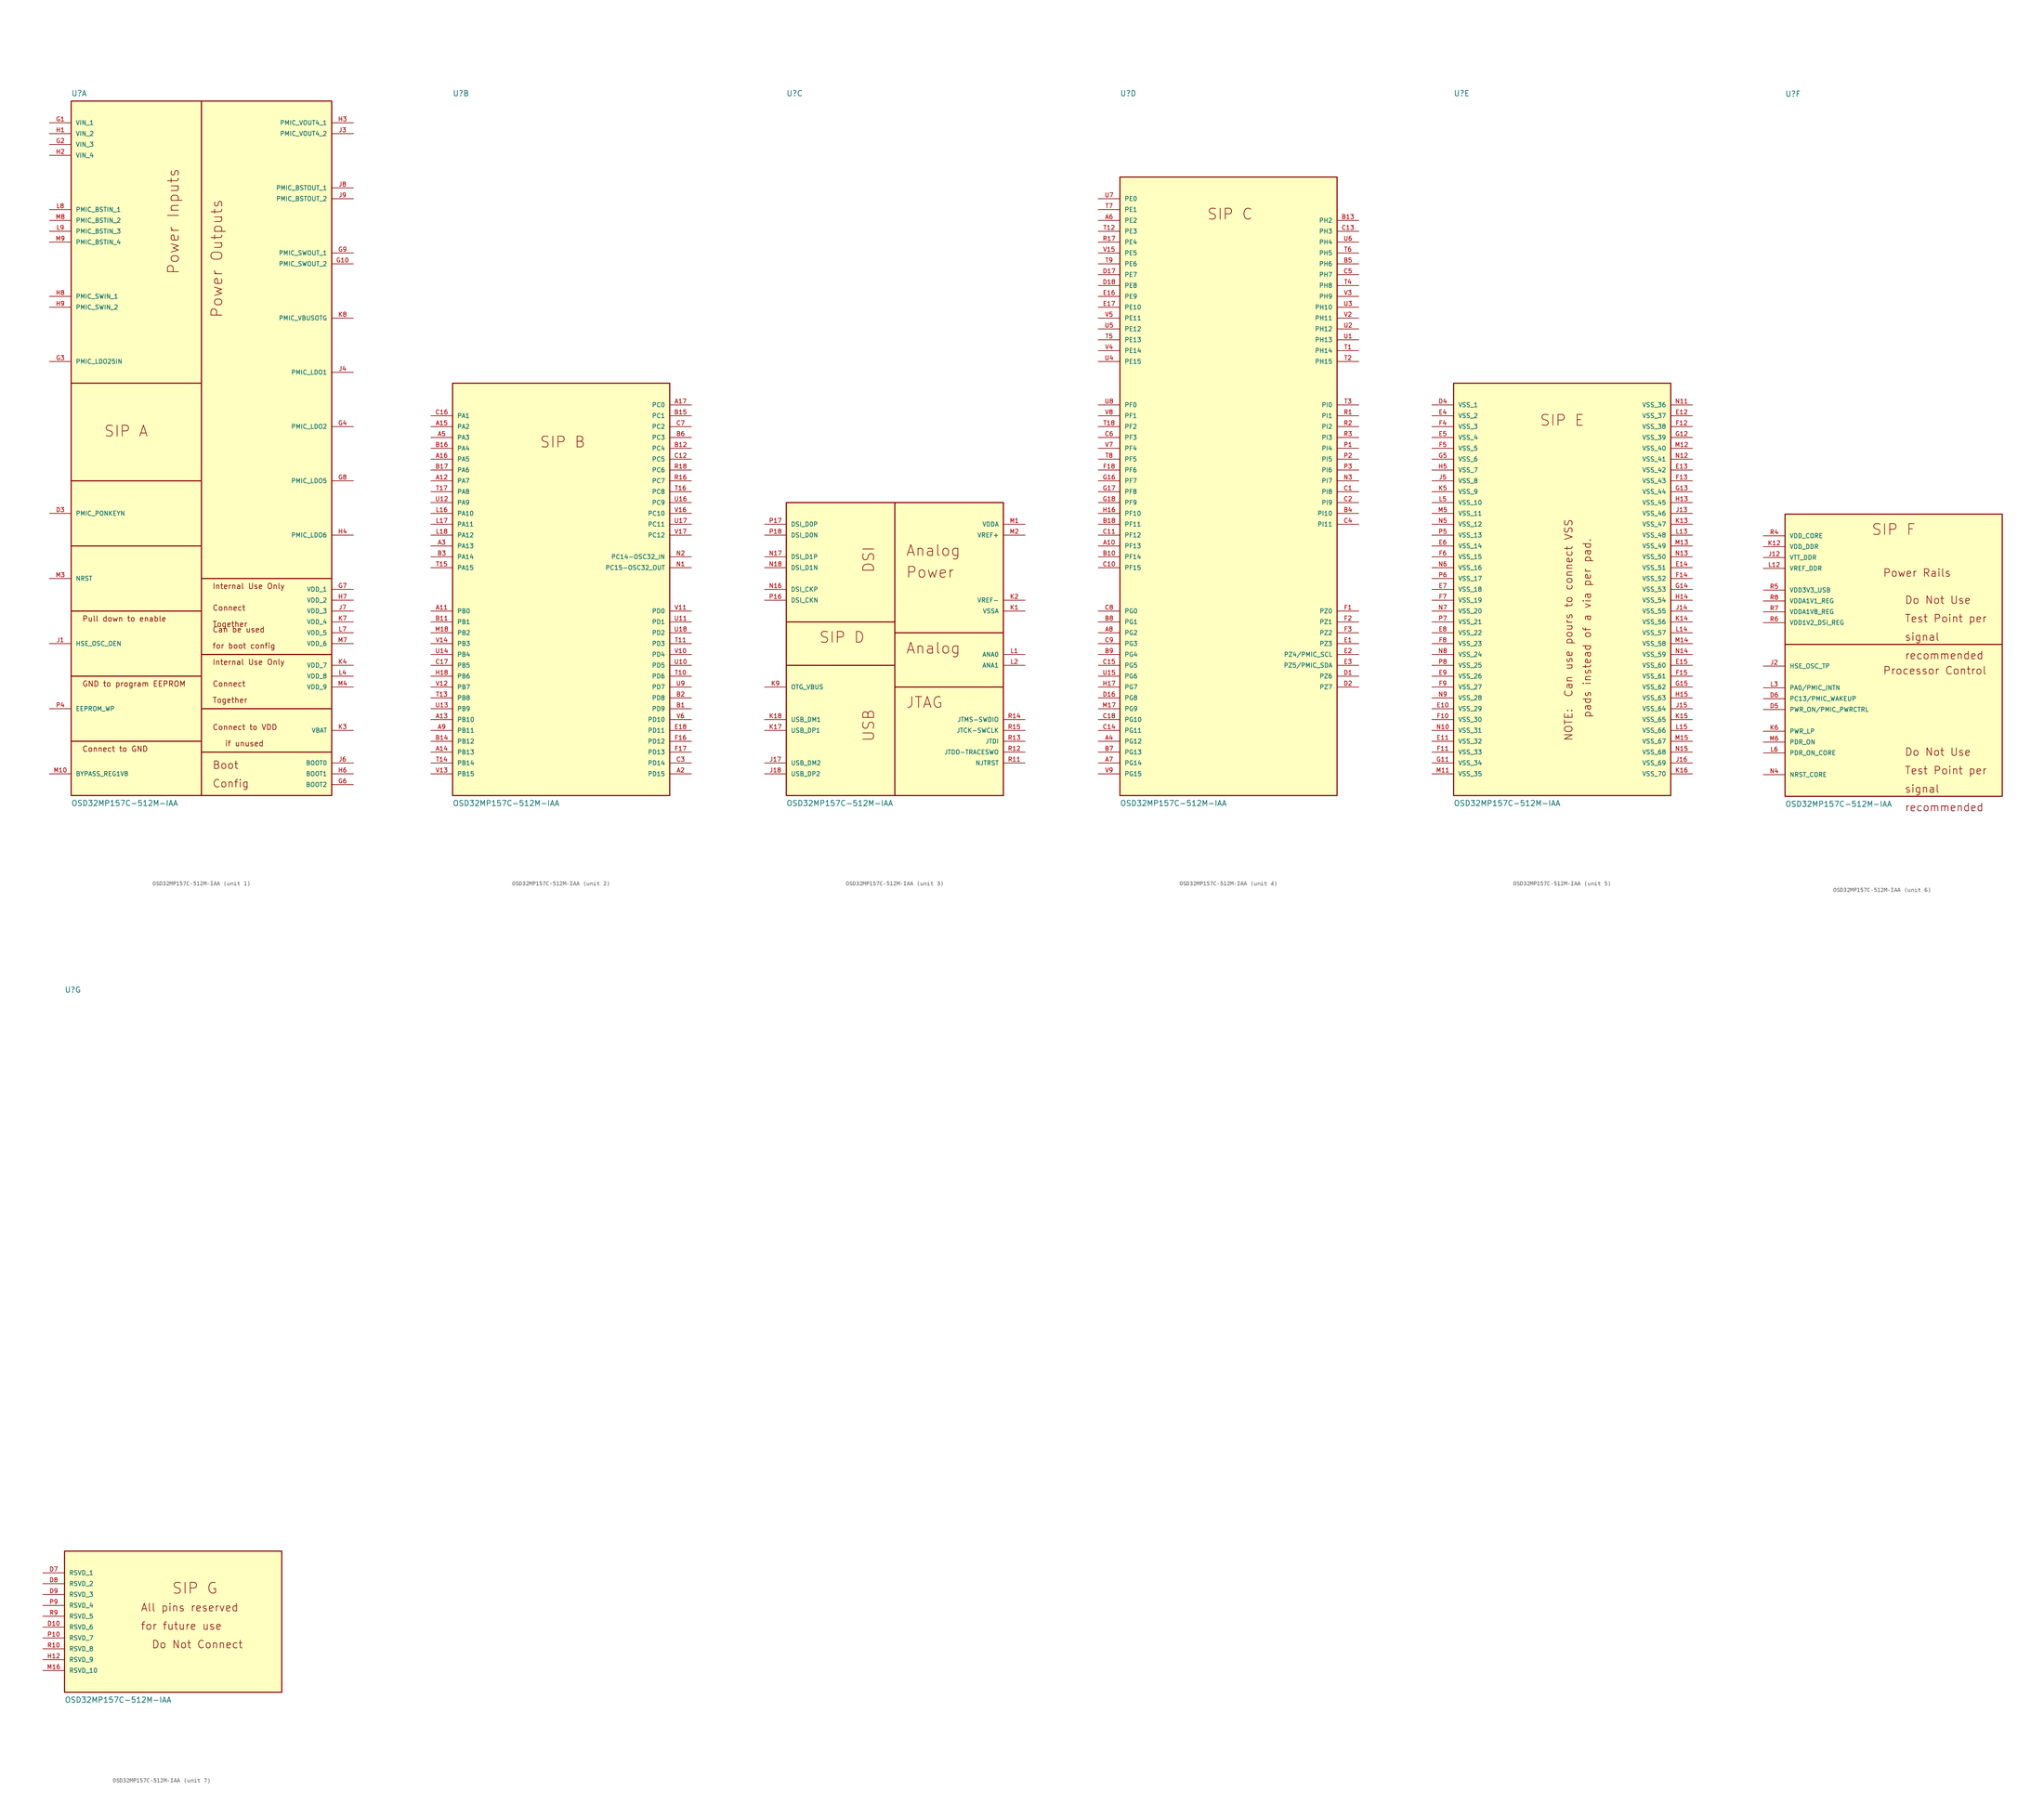
<source format=kicad_sym>
(kicad_symbol_lib
  (version 20211014)
  (generator kicad_symbol_editor)
  (symbol "OSD32MP157C-512M-IAA"
    (pin_names
      (offset 1.016))
    (property "Reference" "U"
      (at 0.0 165.1 0)
      (effects (font (size 1.27 1.27)) (justify top left)))
    (property "Value" "OSD32MP157C-512M-IAA"
      (at 0.0 -2.54 0)
      (effects (font (size 1.27 1.27)) (justify bottom left)))
    (symbol "OSD32MP157C-512M-IAA_1_0"
      (text "SIP A" (at 7.62 83.82 0) (effects (font (size 2.54 2.54)) (justify bottom left)))
      (polyline (pts (xy 30.48 162.56) (xy 30.48 96.52)) (stroke (width 0.254)))
      (polyline (pts (xy 30.48 96.52) (xy 30.48 73.66)) (stroke (width 0.254)))
      (polyline (pts (xy 30.48 73.66) (xy 30.48 58.42)) (stroke (width 0.254)))
      (polyline (pts (xy 30.48 58.42) (xy 30.48 50.8)) (stroke (width 0.254)))
      (polyline (pts (xy 30.48 50.8) (xy 30.48 43.18)) (stroke (width 0.254)))
      (polyline (pts (xy 30.48 43.18) (xy 30.48 33.02)) (stroke (width 0.254)))
      (polyline (pts (xy 30.48 33.02) (xy 30.48 27.94)) (stroke (width 0.254)))
      (polyline (pts (xy 30.48 20.32) (xy 30.48 27.94)) (stroke (width 0.254)))
      (polyline (pts (xy 30.48 20.32) (xy 30.48 12.7)) (stroke (width 0.254)))
      (polyline (pts (xy 30.48 10.16) (xy 30.48 12.7)) (stroke (width 0.254)))
      (polyline (pts (xy 30.48 10.16) (xy 30.48 0.0)) (stroke (width 0.254)))
      (polyline (pts (xy 30.48 58.42) (xy 0.0 58.42)) (stroke (width 0.254)))
      (polyline (pts (xy 30.48 12.7) (xy 0.0 12.7)) (stroke (width 0.254)))
      (text "GND to program EEPROM" (at 2.54 25.4 0) (effects (font (size 1.27 1.27)) (justify bottom left)))
      (polyline (pts (xy 30.48 27.94) (xy 0.0 27.94)) (stroke (width 0.254)))
      (text "Connect to VDD" (at 33.02 15.24 0) (effects (font (size 1.27 1.27)) (justify bottom left)))
      (text "   if unused" (at 33.02 11.43 0) (effects (font (size 1.27 1.27)) (justify bottom left)))
      (polyline (pts (xy 30.48 43.18) (xy 0.0 43.18)) (stroke (width 0.254)))
      (text "Connect" (at 33.02 43.18 0) (effects (font (size 1.27 1.27)) (justify bottom left)))
      (text "Together" (at 33.02 39.37 0) (effects (font (size 1.27 1.27)) (justify bottom left)))
      (text "Boot " (at 33.02 6.096 0) (effects (font (size 1.778 1.778)) (justify bottom left)))
      (text "Config" (at 33.02 1.778 0) (effects (font (size 1.778 1.778)) (justify bottom left)))
      (text "Connect to GND" (at 2.54 10.16 0) (effects (font (size 1.27 1.27)) (justify bottom left)))
      (polyline (pts (xy 0.0 96.52) (xy 30.48 96.52)) (stroke (width 0.254)))
      (text "Power Outputs" (at 35.56 111.76 900) (effects (font (size 2.54 2.54)) (justify bottom left)))
      (polyline (pts (xy 60.96 10.16) (xy 30.48 10.16)) (stroke (width 0.254)))
      (polyline (pts (xy 30.48 20.32) (xy 60.96 20.32)) (stroke (width 0.254)))
      (text "Connect" (at 33.02 25.4 0) (effects (font (size 1.27 1.27)) (justify bottom left)))
      (text "Together" (at 33.02 21.59 0) (effects (font (size 1.27 1.27)) (justify bottom left)))
      (polyline (pts (xy 30.48 73.66) (xy 0.0 73.66)) (stroke (width 0.254)))
      (text "Power Inputs" (at 25.4 121.92 900) (effects (font (size 2.54 2.54)) (justify bottom left)))
      (text "Can be used" (at 33.02 38.1 0) (effects (font (size 1.27 1.27)) (justify bottom left)))
      (text "for boot config" (at 33.02 34.29 0) (effects (font (size 1.27 1.27)) (justify bottom left)))
      (text "Internal Use Only" (at 33.02 48.26 0) (effects (font (size 1.27 1.27)) (justify bottom left)))
      (text "Internal Use Only" (at 33.02 30.48 0) (effects (font (size 1.27 1.27)) (justify bottom left)))
      (text "Pull down to enable" (at 2.54 40.64 0) (effects (font (size 1.27 1.27)) (justify bottom left)))
      (polyline (pts (xy 30.48 33.02) (xy 60.96 33.02)) (stroke (width 0.254)))
      (polyline (pts (xy 30.48 50.8) (xy 60.96 50.8)) (stroke (width 0.254)))
      (rectangle (start 0.0 1.42108547152e-14) (end 60.96 162.56) (stroke (width 0.254)) (fill (type background)))
      (pin bidirectional line (at -5.08 157.48 0) (length 5.08) (name "VIN_1" (effects (font (size 1.016 1.016)))) (number "G1" (effects (font (size 1.016 1.016)))))
      (pin bidirectional line (at -5.08 154.94 0) (length 5.08) (name "VIN_2" (effects (font (size 1.016 1.016)))) (number "H1" (effects (font (size 1.016 1.016)))))
      (pin bidirectional line (at -5.08 152.4 0) (length 5.08) (name "VIN_3" (effects (font (size 1.016 1.016)))) (number "G2" (effects (font (size 1.016 1.016)))))
      (pin bidirectional line (at -5.08 149.86 0) (length 5.08) (name "VIN_4" (effects (font (size 1.016 1.016)))) (number "H2" (effects (font (size 1.016 1.016)))))
      (pin bidirectional line (at 66.04 15.24 180.0) (length 5.08) (name "VBAT" (effects (font (size 1.016 1.016)))) (number "K3" (effects (font (size 1.016 1.016)))))
      (pin bidirectional line (at 66.04 48.26 180.0) (length 5.08) (name "VDD_1" (effects (font (size 1.016 1.016)))) (number "G7" (effects (font (size 1.016 1.016)))))
      (pin bidirectional line (at 66.04 45.72 180.0) (length 5.08) (name "VDD_2" (effects (font (size 1.016 1.016)))) (number "H7" (effects (font (size 1.016 1.016)))))
      (pin bidirectional line (at 66.04 43.18 180.0) (length 5.08) (name "VDD_3" (effects (font (size 1.016 1.016)))) (number "J7" (effects (font (size 1.016 1.016)))))
      (pin bidirectional line (at 66.04 40.64 180.0) (length 5.08) (name "VDD_4" (effects (font (size 1.016 1.016)))) (number "K7" (effects (font (size 1.016 1.016)))))
      (pin bidirectional line (at 66.04 38.1 180.0) (length 5.08) (name "VDD_5" (effects (font (size 1.016 1.016)))) (number "L7" (effects (font (size 1.016 1.016)))))
      (pin bidirectional line (at 66.04 35.56 180.0) (length 5.08) (name "VDD_6" (effects (font (size 1.016 1.016)))) (number "M7" (effects (font (size 1.016 1.016)))))
      (pin bidirectional line (at 66.04 30.48 180.0) (length 5.08) (name "VDD_7" (effects (font (size 1.016 1.016)))) (number "K4" (effects (font (size 1.016 1.016)))))
      (pin bidirectional line (at 66.04 27.94 180.0) (length 5.08) (name "VDD_8" (effects (font (size 1.016 1.016)))) (number "L4" (effects (font (size 1.016 1.016)))))
      (pin bidirectional line (at 66.04 25.4 180.0) (length 5.08) (name "VDD_9" (effects (font (size 1.016 1.016)))) (number "M4" (effects (font (size 1.016 1.016)))))
      (pin bidirectional line (at -5.08 137.16 0) (length 5.08) (name "PMIC_BSTIN_1" (effects (font (size 1.016 1.016)))) (number "L8" (effects (font (size 1.016 1.016)))))
      (pin bidirectional line (at 66.04 139.7 180.0) (length 5.08) (name "PMIC_BSTOUT_2" (effects (font (size 1.016 1.016)))) (number "J9" (effects (font (size 1.016 1.016)))))
      (pin bidirectional line (at -5.08 134.62 0) (length 5.08) (name "PMIC_BSTIN_2" (effects (font (size 1.016 1.016)))) (number "M8" (effects (font (size 1.016 1.016)))))
      (pin bidirectional line (at -5.08 132.08 0) (length 5.08) (name "PMIC_BSTIN_3" (effects (font (size 1.016 1.016)))) (number "L9" (effects (font (size 1.016 1.016)))))
      (pin bidirectional line (at -5.08 129.54 0) (length 5.08) (name "PMIC_BSTIN_4" (effects (font (size 1.016 1.016)))) (number "M9" (effects (font (size 1.016 1.016)))))
      (pin bidirectional line (at -5.08 116.84 0) (length 5.08) (name "PMIC_SWIN_1" (effects (font (size 1.016 1.016)))) (number "H8" (effects (font (size 1.016 1.016)))))
      (pin bidirectional line (at -5.08 114.3 0) (length 5.08) (name "PMIC_SWIN_2" (effects (font (size 1.016 1.016)))) (number "H9" (effects (font (size 1.016 1.016)))))
      (pin bidirectional line (at 66.04 127.0 180.0) (length 5.08) (name "PMIC_SWOUT_1" (effects (font (size 1.016 1.016)))) (number "G9" (effects (font (size 1.016 1.016)))))
      (pin bidirectional line (at 66.04 124.46 180.0) (length 5.08) (name "PMIC_SWOUT_2" (effects (font (size 1.016 1.016)))) (number "G10" (effects (font (size 1.016 1.016)))))
      (pin bidirectional line (at 66.04 157.48 180.0) (length 5.08) (name "PMIC_VOUT4_1" (effects (font (size 1.016 1.016)))) (number "H3" (effects (font (size 1.016 1.016)))))
      (pin bidirectional line (at 66.04 154.94 180.0) (length 5.08) (name "PMIC_VOUT4_2" (effects (font (size 1.016 1.016)))) (number "J3" (effects (font (size 1.016 1.016)))))
      (pin bidirectional line (at -5.08 20.32 0) (length 5.08) (name "EEPROM_WP" (effects (font (size 1.016 1.016)))) (number "P4" (effects (font (size 1.016 1.016)))))
      (pin bidirectional line (at -5.08 66.04 0) (length 5.08) (name "PMIC_PONKEYN" (effects (font (size 1.016 1.016)))) (number "D3" (effects (font (size 1.016 1.016)))))
      (pin bidirectional line (at 66.04 73.66 180.0) (length 5.08) (name "PMIC_LDO5" (effects (font (size 1.016 1.016)))) (number "G8" (effects (font (size 1.016 1.016)))))
      (pin bidirectional line (at -5.08 101.6 0) (length 5.08) (name "PMIC_LDO25IN" (effects (font (size 1.016 1.016)))) (number "G3" (effects (font (size 1.016 1.016)))))
      (pin bidirectional line (at 66.04 86.36 180.0) (length 5.08) (name "PMIC_LDO2" (effects (font (size 1.016 1.016)))) (number "G4" (effects (font (size 1.016 1.016)))))
      (pin bidirectional line (at 66.04 60.96 180.0) (length 5.08) (name "PMIC_LDO6" (effects (font (size 1.016 1.016)))) (number "H4" (effects (font (size 1.016 1.016)))))
      (pin bidirectional line (at 66.04 99.06 180.0) (length 5.08) (name "PMIC_LDO1" (effects (font (size 1.016 1.016)))) (number "J4" (effects (font (size 1.016 1.016)))))
      (pin bidirectional line (at 66.04 142.24 180.0) (length 5.08) (name "PMIC_BSTOUT_1" (effects (font (size 1.016 1.016)))) (number "J8" (effects (font (size 1.016 1.016)))))
      (pin bidirectional line (at 66.04 7.62 180.0) (length 5.08) (name "BOOT0" (effects (font (size 1.016 1.016)))) (number "J6" (effects (font (size 1.016 1.016)))))
      (pin bidirectional line (at 66.04 5.08 180.0) (length 5.08) (name "BOOT1" (effects (font (size 1.016 1.016)))) (number "H6" (effects (font (size 1.016 1.016)))))
      (pin bidirectional line (at 66.04 2.54 180.0) (length 5.08) (name "BOOT2" (effects (font (size 1.016 1.016)))) (number "G6" (effects (font (size 1.016 1.016)))))
      (pin bidirectional line (at -5.08 5.08 0) (length 5.08) (name "BYPASS_REG1V8" (effects (font (size 1.016 1.016)))) (number "M10" (effects (font (size 1.016 1.016)))))
      (pin bidirectional line (at 66.04 111.76 180.0) (length 5.08) (name "PMIC_VBUSOTG" (effects (font (size 1.016 1.016)))) (number "K8" (effects (font (size 1.016 1.016)))))
      (pin bidirectional line (at -5.08 50.8 0) (length 5.08) (name "NRST" (effects (font (size 1.016 1.016)))) (number "M3" (effects (font (size 1.016 1.016)))))
      (pin bidirectional line (at -5.08 35.56 0) (length 5.08) (name "HSE_OSC_OEN" (effects (font (size 1.016 1.016)))) (number "J1" (effects (font (size 1.016 1.016))))))
    (symbol "OSD32MP157C-512M-IAA_2_0"
      (text "SIP B" (at 20.32 81.28 0) (effects (font (size 2.54 2.54)) (justify bottom left)))
      (rectangle (start 0.0 0.0) (end 50.8 96.52) (stroke (width 0.254)) (fill (type background)))
      (pin bidirectional line (at -5.08 88.9 0) (length 5.08) (name "PA1" (effects (font (size 1.016 1.016)))) (number "C16" (effects (font (size 1.016 1.016)))))
      (pin bidirectional line (at -5.08 86.36 0) (length 5.08) (name "PA2" (effects (font (size 1.016 1.016)))) (number "A15" (effects (font (size 1.016 1.016)))))
      (pin bidirectional line (at -5.08 83.82 0) (length 5.08) (name "PA3" (effects (font (size 1.016 1.016)))) (number "A5" (effects (font (size 1.016 1.016)))))
      (pin bidirectional line (at -5.08 81.28 0) (length 5.08) (name "PA4" (effects (font (size 1.016 1.016)))) (number "B16" (effects (font (size 1.016 1.016)))))
      (pin bidirectional line (at -5.08 78.74 0) (length 5.08) (name "PA5" (effects (font (size 1.016 1.016)))) (number "A16" (effects (font (size 1.016 1.016)))))
      (pin bidirectional line (at -5.08 76.2 0) (length 5.08) (name "PA6" (effects (font (size 1.016 1.016)))) (number "B17" (effects (font (size 1.016 1.016)))))
      (pin bidirectional line (at -5.08 73.66 0) (length 5.08) (name "PA7" (effects (font (size 1.016 1.016)))) (number "A12" (effects (font (size 1.016 1.016)))))
      (pin bidirectional line (at -5.08 71.12 0) (length 5.08) (name "PA8" (effects (font (size 1.016 1.016)))) (number "T17" (effects (font (size 1.016 1.016)))))
      (pin bidirectional line (at -5.08 68.58 0) (length 5.08) (name "PA9" (effects (font (size 1.016 1.016)))) (number "U12" (effects (font (size 1.016 1.016)))))
      (pin bidirectional line (at -5.08 66.04 0) (length 5.08) (name "PA10" (effects (font (size 1.016 1.016)))) (number "L16" (effects (font (size 1.016 1.016)))))
      (pin bidirectional line (at -5.08 63.5 0) (length 5.08) (name "PA11" (effects (font (size 1.016 1.016)))) (number "L17" (effects (font (size 1.016 1.016)))))
      (pin bidirectional line (at -5.08 60.96 0) (length 5.08) (name "PA12" (effects (font (size 1.016 1.016)))) (number "L18" (effects (font (size 1.016 1.016)))))
      (pin bidirectional line (at -5.08 58.42 0) (length 5.08) (name "PA13" (effects (font (size 1.016 1.016)))) (number "A3" (effects (font (size 1.016 1.016)))))
      (pin bidirectional line (at -5.08 55.88 0) (length 5.08) (name "PA14" (effects (font (size 1.016 1.016)))) (number "B3" (effects (font (size 1.016 1.016)))))
      (pin bidirectional line (at -5.08 53.34 0) (length 5.08) (name "PA15" (effects (font (size 1.016 1.016)))) (number "T15" (effects (font (size 1.016 1.016)))))
      (pin bidirectional line (at -5.08 43.18 0) (length 5.08) (name "PB0" (effects (font (size 1.016 1.016)))) (number "A11" (effects (font (size 1.016 1.016)))))
      (pin bidirectional line (at -5.08 40.64 0) (length 5.08) (name "PB1" (effects (font (size 1.016 1.016)))) (number "B11" (effects (font (size 1.016 1.016)))))
      (pin bidirectional line (at -5.08 38.1 0) (length 5.08) (name "PB2" (effects (font (size 1.016 1.016)))) (number "M18" (effects (font (size 1.016 1.016)))))
      (pin bidirectional line (at -5.08 35.56 0) (length 5.08) (name "PB3" (effects (font (size 1.016 1.016)))) (number "V14" (effects (font (size 1.016 1.016)))))
      (pin bidirectional line (at -5.08 33.02 0) (length 5.08) (name "PB4" (effects (font (size 1.016 1.016)))) (number "U14" (effects (font (size 1.016 1.016)))))
      (pin bidirectional line (at -5.08 30.48 0) (length 5.08) (name "PB5" (effects (font (size 1.016 1.016)))) (number "C17" (effects (font (size 1.016 1.016)))))
      (pin bidirectional line (at -5.08 27.94 0) (length 5.08) (name "PB6" (effects (font (size 1.016 1.016)))) (number "H18" (effects (font (size 1.016 1.016)))))
      (pin bidirectional line (at -5.08 25.4 0) (length 5.08) (name "PB7" (effects (font (size 1.016 1.016)))) (number "V12" (effects (font (size 1.016 1.016)))))
      (pin bidirectional line (at -5.08 22.86 0) (length 5.08) (name "PB8" (effects (font (size 1.016 1.016)))) (number "T13" (effects (font (size 1.016 1.016)))))
      (pin bidirectional line (at -5.08 20.32 0) (length 5.08) (name "PB9" (effects (font (size 1.016 1.016)))) (number "U13" (effects (font (size 1.016 1.016)))))
      (pin bidirectional line (at -5.08 17.78 0) (length 5.08) (name "PB10" (effects (font (size 1.016 1.016)))) (number "A13" (effects (font (size 1.016 1.016)))))
      (pin bidirectional line (at -5.08 15.24 0) (length 5.08) (name "PB11" (effects (font (size 1.016 1.016)))) (number "A9" (effects (font (size 1.016 1.016)))))
      (pin bidirectional line (at -5.08 12.7 0) (length 5.08) (name "PB12" (effects (font (size 1.016 1.016)))) (number "B14" (effects (font (size 1.016 1.016)))))
      (pin bidirectional line (at -5.08 10.16 0) (length 5.08) (name "PB13" (effects (font (size 1.016 1.016)))) (number "A14" (effects (font (size 1.016 1.016)))))
      (pin bidirectional line (at -5.08 7.62 0) (length 5.08) (name "PB14" (effects (font (size 1.016 1.016)))) (number "T14" (effects (font (size 1.016 1.016)))))
      (pin bidirectional line (at -5.08 5.08 0) (length 5.08) (name "PB15" (effects (font (size 1.016 1.016)))) (number "V13" (effects (font (size 1.016 1.016)))))
      (pin bidirectional line (at 55.88 91.44 180.0) (length 5.08) (name "PC0" (effects (font (size 1.016 1.016)))) (number "A17" (effects (font (size 1.016 1.016)))))
      (pin bidirectional line (at 55.88 88.9 180.0) (length 5.08) (name "PC1" (effects (font (size 1.016 1.016)))) (number "B15" (effects (font (size 1.016 1.016)))))
      (pin bidirectional line (at 55.88 86.36 180.0) (length 5.08) (name "PC2" (effects (font (size 1.016 1.016)))) (number "C7" (effects (font (size 1.016 1.016)))))
      (pin bidirectional line (at 55.88 83.82 180.0) (length 5.08) (name "PC3" (effects (font (size 1.016 1.016)))) (number "B6" (effects (font (size 1.016 1.016)))))
      (pin bidirectional line (at 55.88 81.28 180.0) (length 5.08) (name "PC4" (effects (font (size 1.016 1.016)))) (number "B12" (effects (font (size 1.016 1.016)))))
      (pin bidirectional line (at 55.88 78.74 180.0) (length 5.08) (name "PC5" (effects (font (size 1.016 1.016)))) (number "C12" (effects (font (size 1.016 1.016)))))
      (pin bidirectional line (at 55.88 76.2 180.0) (length 5.08) (name "PC6" (effects (font (size 1.016 1.016)))) (number "R18" (effects (font (size 1.016 1.016)))))
      (pin bidirectional line (at 55.88 73.66 180.0) (length 5.08) (name "PC7" (effects (font (size 1.016 1.016)))) (number "R16" (effects (font (size 1.016 1.016)))))
      (pin bidirectional line (at 55.88 71.12 180.0) (length 5.08) (name "PC8" (effects (font (size 1.016 1.016)))) (number "T16" (effects (font (size 1.016 1.016)))))
      (pin bidirectional line (at 55.88 68.58 180.0) (length 5.08) (name "PC9" (effects (font (size 1.016 1.016)))) (number "U16" (effects (font (size 1.016 1.016)))))
      (pin bidirectional line (at 55.88 66.04 180.0) (length 5.08) (name "PC10" (effects (font (size 1.016 1.016)))) (number "V16" (effects (font (size 1.016 1.016)))))
      (pin bidirectional line (at 55.88 63.5 180.0) (length 5.08) (name "PC11" (effects (font (size 1.016 1.016)))) (number "U17" (effects (font (size 1.016 1.016)))))
      (pin bidirectional line (at 55.88 60.96 180.0) (length 5.08) (name "PC12" (effects (font (size 1.016 1.016)))) (number "V17" (effects (font (size 1.016 1.016)))))
      (pin bidirectional line (at 55.88 43.18 180.0) (length 5.08) (name "PD0" (effects (font (size 1.016 1.016)))) (number "V11" (effects (font (size 1.016 1.016)))))
      (pin bidirectional line (at 55.88 40.64 180.0) (length 5.08) (name "PD1" (effects (font (size 1.016 1.016)))) (number "U11" (effects (font (size 1.016 1.016)))))
      (pin bidirectional line (at 55.88 38.1 180.0) (length 5.08) (name "PD2" (effects (font (size 1.016 1.016)))) (number "U18" (effects (font (size 1.016 1.016)))))
      (pin bidirectional line (at 55.88 35.56 180.0) (length 5.08) (name "PD3" (effects (font (size 1.016 1.016)))) (number "T11" (effects (font (size 1.016 1.016)))))
      (pin bidirectional line (at 55.88 33.02 180.0) (length 5.08) (name "PD4" (effects (font (size 1.016 1.016)))) (number "V10" (effects (font (size 1.016 1.016)))))
      (pin bidirectional line (at 55.88 30.48 180.0) (length 5.08) (name "PD5" (effects (font (size 1.016 1.016)))) (number "U10" (effects (font (size 1.016 1.016)))))
      (pin bidirectional line (at 55.88 27.94 180.0) (length 5.08) (name "PD6" (effects (font (size 1.016 1.016)))) (number "T10" (effects (font (size 1.016 1.016)))))
      (pin bidirectional line (at 55.88 25.4 180.0) (length 5.08) (name "PD7" (effects (font (size 1.016 1.016)))) (number "U9" (effects (font (size 1.016 1.016)))))
      (pin bidirectional line (at 55.88 22.86 180.0) (length 5.08) (name "PD8" (effects (font (size 1.016 1.016)))) (number "B2" (effects (font (size 1.016 1.016)))))
      (pin bidirectional line (at 55.88 20.32 180.0) (length 5.08) (name "PD9" (effects (font (size 1.016 1.016)))) (number "B1" (effects (font (size 1.016 1.016)))))
      (pin bidirectional line (at 55.88 17.78 180.0) (length 5.08) (name "PD10" (effects (font (size 1.016 1.016)))) (number "V6" (effects (font (size 1.016 1.016)))))
      (pin bidirectional line (at 55.88 15.24 180.0) (length 5.08) (name "PD11" (effects (font (size 1.016 1.016)))) (number "E18" (effects (font (size 1.016 1.016)))))
      (pin bidirectional line (at 55.88 12.7 180.0) (length 5.08) (name "PD12" (effects (font (size 1.016 1.016)))) (number "F16" (effects (font (size 1.016 1.016)))))
      (pin bidirectional line (at 55.88 10.16 180.0) (length 5.08) (name "PD13" (effects (font (size 1.016 1.016)))) (number "F17" (effects (font (size 1.016 1.016)))))
      (pin bidirectional line (at 55.88 7.62 180.0) (length 5.08) (name "PD14" (effects (font (size 1.016 1.016)))) (number "C3" (effects (font (size 1.016 1.016)))))
      (pin bidirectional line (at 55.88 5.08 180.0) (length 5.08) (name "PD15" (effects (font (size 1.016 1.016)))) (number "A2" (effects (font (size 1.016 1.016)))))
      (pin bidirectional line (at 55.88 55.88 180.0) (length 5.08) (name "PC14-OSC32_IN" (effects (font (size 1.016 1.016)))) (number "N2" (effects (font (size 1.016 1.016)))))
      (pin bidirectional line (at 55.88 53.34 180.0) (length 5.08) (name "PC15-OSC32_OUT" (effects (font (size 1.016 1.016)))) (number "N1" (effects (font (size 1.016 1.016))))))
    (symbol "OSD32MP157C-512M-IAA_3_0"
      (text "SIP D" (at 7.62 35.56 0) (effects (font (size 2.54 2.54)) (justify bottom left)))
      (polyline (pts (xy 25.4 68.58) (xy 25.4 40.64)) (stroke (width 0.254)))
      (polyline (pts (xy 25.4 40.64) (xy 25.4 38.1)) (stroke (width 0.254)))
      (polyline (pts (xy 25.4 38.1) (xy 25.4 30.48)) (stroke (width 0.254)))
      (polyline (pts (xy 25.4 30.48) (xy 25.4 25.4)) (stroke (width 0.254)))
      (polyline (pts (xy 25.4 25.4) (xy 25.4 0.0)) (stroke (width 0.254)))
      (polyline (pts (xy 0.0 30.48) (xy 25.4 30.48)) (stroke (width 0.254)))
      (polyline (pts (xy 0.0 40.64) (xy 25.4 40.64)) (stroke (width 0.254)))
      (polyline (pts (xy 25.4 38.1) (xy 50.8 38.1)) (stroke (width 0.254)))
      (polyline (pts (xy 25.4 25.4) (xy 50.8 25.4)) (stroke (width 0.254)))
      (text "USB" (at 17.78 20.32 900) (effects (font (size 2.54 2.54)) (justify top right)))
      (text "JTAG" (at 27.94 20.32 0) (effects (font (size 2.54 2.54)) (justify bottom left)))
      (text "Analog" (at 27.94 33.02 0) (effects (font (size 2.54 2.54)) (justify bottom left)))
      (text "Analog " (at 27.94 55.88 0) (effects (font (size 2.54 2.54)) (justify bottom left)))
      (text "Power" (at 27.94 50.8 0) (effects (font (size 2.54 2.54)) (justify bottom left)))
      (text "DSI" (at 17.78 58.42 900) (effects (font (size 2.54 2.54)) (justify top right)))
      (rectangle (start -3.5527136788e-15 -7.1054273576e-15) (end 50.8 68.58) (stroke (width 0.254)) (fill (type background)))
      (pin bidirectional line (at -5.08 63.5 0) (length 5.08) (name "DSI_D0P" (effects (font (size 1.016 1.016)))) (number "P17" (effects (font (size 1.016 1.016)))))
      (pin bidirectional line (at -5.08 60.96 0) (length 5.08) (name "DSI_D0N" (effects (font (size 1.016 1.016)))) (number "P18" (effects (font (size 1.016 1.016)))))
      (pin bidirectional line (at -5.08 55.88 0) (length 5.08) (name "DSI_D1P" (effects (font (size 1.016 1.016)))) (number "N17" (effects (font (size 1.016 1.016)))))
      (pin bidirectional line (at -5.08 53.34 0) (length 5.08) (name "DSI_D1N" (effects (font (size 1.016 1.016)))) (number "N18" (effects (font (size 1.016 1.016)))))
      (pin bidirectional line (at -5.08 48.26 0) (length 5.08) (name "DSI_CKP" (effects (font (size 1.016 1.016)))) (number "N16" (effects (font (size 1.016 1.016)))))
      (pin bidirectional line (at -5.08 45.72 0) (length 5.08) (name "DSI_CKN" (effects (font (size 1.016 1.016)))) (number "P16" (effects (font (size 1.016 1.016)))))
      (pin bidirectional line (at -5.08 25.4 0) (length 5.08) (name "OTG_VBUS" (effects (font (size 1.016 1.016)))) (number "K9" (effects (font (size 1.016 1.016)))))
      (pin bidirectional line (at -5.08 17.78 0) (length 5.08) (name "USB_DM1" (effects (font (size 1.016 1.016)))) (number "K18" (effects (font (size 1.016 1.016)))))
      (pin bidirectional line (at -5.08 15.24 0) (length 5.08) (name "USB_DP1" (effects (font (size 1.016 1.016)))) (number "K17" (effects (font (size 1.016 1.016)))))
      (pin bidirectional line (at -5.08 7.62 0) (length 5.08) (name "USB_DM2" (effects (font (size 1.016 1.016)))) (number "J17" (effects (font (size 1.016 1.016)))))
      (pin bidirectional line (at -5.08 5.08 0) (length 5.08) (name "USB_DP2" (effects (font (size 1.016 1.016)))) (number "J18" (effects (font (size 1.016 1.016)))))
      (pin bidirectional line (at 55.88 7.62 180.0) (length 5.08) (name "NJTRST" (effects (font (size 1.016 1.016)))) (number "R11" (effects (font (size 1.016 1.016)))))
      (pin bidirectional line (at 55.88 10.16 180.0) (length 5.08) (name "JTDO-TRACESWO" (effects (font (size 1.016 1.016)))) (number "R12" (effects (font (size 1.016 1.016)))))
      (pin bidirectional line (at 55.88 12.7 180.0) (length 5.08) (name "JTDI" (effects (font (size 1.016 1.016)))) (number "R13" (effects (font (size 1.016 1.016)))))
      (pin bidirectional line (at 55.88 15.24 180.0) (length 5.08) (name "JTCK-SWCLK" (effects (font (size 1.016 1.016)))) (number "R15" (effects (font (size 1.016 1.016)))))
      (pin bidirectional line (at 55.88 17.78 180.0) (length 5.08) (name "JTMS-SWDIO" (effects (font (size 1.016 1.016)))) (number "R14" (effects (font (size 1.016 1.016)))))
      (pin bidirectional line (at 55.88 30.48 180.0) (length 5.08) (name "ANA1" (effects (font (size 1.016 1.016)))) (number "L2" (effects (font (size 1.016 1.016)))))
      (pin bidirectional line (at 55.88 33.02 180.0) (length 5.08) (name "ANA0" (effects (font (size 1.016 1.016)))) (number "L1" (effects (font (size 1.016 1.016)))))
      (pin bidirectional line (at 55.88 45.72 180.0) (length 5.08) (name "VREF-" (effects (font (size 1.016 1.016)))) (number "K2" (effects (font (size 1.016 1.016)))))
      (pin bidirectional line (at 55.88 63.5 180.0) (length 5.08) (name "VDDA" (effects (font (size 1.016 1.016)))) (number "M1" (effects (font (size 1.016 1.016)))))
      (pin bidirectional line (at 55.88 60.96 180.0) (length 5.08) (name "VREF+" (effects (font (size 1.016 1.016)))) (number "M2" (effects (font (size 1.016 1.016)))))
      (pin bidirectional line (at 55.88 43.18 180.0) (length 5.08) (name "VSSA" (effects (font (size 1.016 1.016)))) (number "K1" (effects (font (size 1.016 1.016))))))
    (symbol "OSD32MP157C-512M-IAA_4_0"
      (text "SIP C" (at 20.32 134.62 0) (effects (font (size 2.54 2.54)) (justify bottom left)))
      (rectangle (start 0.0 0.0) (end 50.8 144.78) (stroke (width 0.254)) (fill (type background)))
      (pin bidirectional line (at -5.08 139.7 0) (length 5.08) (name "PE0" (effects (font (size 1.016 1.016)))) (number "U7" (effects (font (size 1.016 1.016)))))
      (pin bidirectional line (at -5.08 137.16 0) (length 5.08) (name "PE1" (effects (font (size 1.016 1.016)))) (number "T7" (effects (font (size 1.016 1.016)))))
      (pin bidirectional line (at -5.08 134.62 0) (length 5.08) (name "PE2" (effects (font (size 1.016 1.016)))) (number "A6" (effects (font (size 1.016 1.016)))))
      (pin bidirectional line (at -5.08 132.08 0) (length 5.08) (name "PE3" (effects (font (size 1.016 1.016)))) (number "T12" (effects (font (size 1.016 1.016)))))
      (pin bidirectional line (at -5.08 129.54 0) (length 5.08) (name "PE4" (effects (font (size 1.016 1.016)))) (number "R17" (effects (font (size 1.016 1.016)))))
      (pin bidirectional line (at -5.08 127.0 0) (length 5.08) (name "PE5" (effects (font (size 1.016 1.016)))) (number "V15" (effects (font (size 1.016 1.016)))))
      (pin bidirectional line (at -5.08 124.46 0) (length 5.08) (name "PE6" (effects (font (size 1.016 1.016)))) (number "T9" (effects (font (size 1.016 1.016)))))
      (pin bidirectional line (at -5.08 121.92 0) (length 5.08) (name "PE7" (effects (font (size 1.016 1.016)))) (number "D17" (effects (font (size 1.016 1.016)))))
      (pin bidirectional line (at -5.08 119.38 0) (length 5.08) (name "PE8" (effects (font (size 1.016 1.016)))) (number "D18" (effects (font (size 1.016 1.016)))))
      (pin bidirectional line (at -5.08 116.84 0) (length 5.08) (name "PE9" (effects (font (size 1.016 1.016)))) (number "E16" (effects (font (size 1.016 1.016)))))
      (pin bidirectional line (at -5.08 114.3 0) (length 5.08) (name "PE10" (effects (font (size 1.016 1.016)))) (number "E17" (effects (font (size 1.016 1.016)))))
      (pin bidirectional line (at -5.08 111.76 0) (length 5.08) (name "PE11" (effects (font (size 1.016 1.016)))) (number "V5" (effects (font (size 1.016 1.016)))))
      (pin bidirectional line (at -5.08 109.22 0) (length 5.08) (name "PE12" (effects (font (size 1.016 1.016)))) (number "U5" (effects (font (size 1.016 1.016)))))
      (pin bidirectional line (at -5.08 106.68 0) (length 5.08) (name "PE13" (effects (font (size 1.016 1.016)))) (number "T5" (effects (font (size 1.016 1.016)))))
      (pin bidirectional line (at -5.08 104.14 0) (length 5.08) (name "PE14" (effects (font (size 1.016 1.016)))) (number "V4" (effects (font (size 1.016 1.016)))))
      (pin bidirectional line (at -5.08 101.6 0) (length 5.08) (name "PE15" (effects (font (size 1.016 1.016)))) (number "U4" (effects (font (size 1.016 1.016)))))
      (pin bidirectional line (at -5.08 91.44 0) (length 5.08) (name "PF0" (effects (font (size 1.016 1.016)))) (number "U8" (effects (font (size 1.016 1.016)))))
      (pin bidirectional line (at -5.08 88.9 0) (length 5.08) (name "PF1" (effects (font (size 1.016 1.016)))) (number "V8" (effects (font (size 1.016 1.016)))))
      (pin bidirectional line (at -5.08 86.36 0) (length 5.08) (name "PF2" (effects (font (size 1.016 1.016)))) (number "T18" (effects (font (size 1.016 1.016)))))
      (pin bidirectional line (at -5.08 83.82 0) (length 5.08) (name "PF3" (effects (font (size 1.016 1.016)))) (number "C6" (effects (font (size 1.016 1.016)))))
      (pin bidirectional line (at -5.08 81.28 0) (length 5.08) (name "PF4" (effects (font (size 1.016 1.016)))) (number "V7" (effects (font (size 1.016 1.016)))))
      (pin bidirectional line (at -5.08 78.74 0) (length 5.08) (name "PF5" (effects (font (size 1.016 1.016)))) (number "T8" (effects (font (size 1.016 1.016)))))
      (pin bidirectional line (at -5.08 76.2 0) (length 5.08) (name "PF6" (effects (font (size 1.016 1.016)))) (number "F18" (effects (font (size 1.016 1.016)))))
      (pin bidirectional line (at -5.08 73.66 0) (length 5.08) (name "PF7" (effects (font (size 1.016 1.016)))) (number "G16" (effects (font (size 1.016 1.016)))))
      (pin bidirectional line (at -5.08 71.12 0) (length 5.08) (name "PF8" (effects (font (size 1.016 1.016)))) (number "G17" (effects (font (size 1.016 1.016)))))
      (pin bidirectional line (at -5.08 68.58 0) (length 5.08) (name "PF9" (effects (font (size 1.016 1.016)))) (number "G18" (effects (font (size 1.016 1.016)))))
      (pin bidirectional line (at -5.08 66.04 0) (length 5.08) (name "PF10" (effects (font (size 1.016 1.016)))) (number "H16" (effects (font (size 1.016 1.016)))))
      (pin bidirectional line (at -5.08 63.5 0) (length 5.08) (name "PF11" (effects (font (size 1.016 1.016)))) (number "B18" (effects (font (size 1.016 1.016)))))
      (pin bidirectional line (at -5.08 60.96 0) (length 5.08) (name "PF12" (effects (font (size 1.016 1.016)))) (number "C11" (effects (font (size 1.016 1.016)))))
      (pin bidirectional line (at -5.08 58.42 0) (length 5.08) (name "PF13" (effects (font (size 1.016 1.016)))) (number "A10" (effects (font (size 1.016 1.016)))))
      (pin bidirectional line (at -5.08 55.88 0) (length 5.08) (name "PF14" (effects (font (size 1.016 1.016)))) (number "B10" (effects (font (size 1.016 1.016)))))
      (pin bidirectional line (at -5.08 53.34 0) (length 5.08) (name "PF15" (effects (font (size 1.016 1.016)))) (number "C10" (effects (font (size 1.016 1.016)))))
      (pin bidirectional line (at -5.08 43.18 0) (length 5.08) (name "PG0" (effects (font (size 1.016 1.016)))) (number "C8" (effects (font (size 1.016 1.016)))))
      (pin bidirectional line (at -5.08 40.64 0) (length 5.08) (name "PG1" (effects (font (size 1.016 1.016)))) (number "B8" (effects (font (size 1.016 1.016)))))
      (pin bidirectional line (at -5.08 38.1 0) (length 5.08) (name "PG2" (effects (font (size 1.016 1.016)))) (number "A8" (effects (font (size 1.016 1.016)))))
      (pin bidirectional line (at -5.08 35.56 0) (length 5.08) (name "PG3" (effects (font (size 1.016 1.016)))) (number "C9" (effects (font (size 1.016 1.016)))))
      (pin bidirectional line (at -5.08 33.02 0) (length 5.08) (name "PG4" (effects (font (size 1.016 1.016)))) (number "B9" (effects (font (size 1.016 1.016)))))
      (pin bidirectional line (at -5.08 30.48 0) (length 5.08) (name "PG5" (effects (font (size 1.016 1.016)))) (number "C15" (effects (font (size 1.016 1.016)))))
      (pin bidirectional line (at -5.08 27.94 0) (length 5.08) (name "PG6" (effects (font (size 1.016 1.016)))) (number "U15" (effects (font (size 1.016 1.016)))))
      (pin bidirectional line (at -5.08 25.4 0) (length 5.08) (name "PG7" (effects (font (size 1.016 1.016)))) (number "H17" (effects (font (size 1.016 1.016)))))
      (pin bidirectional line (at -5.08 22.86 0) (length 5.08) (name "PG8" (effects (font (size 1.016 1.016)))) (number "D16" (effects (font (size 1.016 1.016)))))
      (pin bidirectional line (at -5.08 20.32 0) (length 5.08) (name "PG9" (effects (font (size 1.016 1.016)))) (number "M17" (effects (font (size 1.016 1.016)))))
      (pin bidirectional line (at -5.08 17.78 0) (length 5.08) (name "PG10" (effects (font (size 1.016 1.016)))) (number "C18" (effects (font (size 1.016 1.016)))))
      (pin bidirectional line (at -5.08 15.24 0) (length 5.08) (name "PG11" (effects (font (size 1.016 1.016)))) (number "C14" (effects (font (size 1.016 1.016)))))
      (pin bidirectional line (at -5.08 12.7 0) (length 5.08) (name "PG12" (effects (font (size 1.016 1.016)))) (number "A4" (effects (font (size 1.016 1.016)))))
      (pin bidirectional line (at -5.08 10.16 0) (length 5.08) (name "PG13" (effects (font (size 1.016 1.016)))) (number "B7" (effects (font (size 1.016 1.016)))))
      (pin bidirectional line (at -5.08 7.62 0) (length 5.08) (name "PG14" (effects (font (size 1.016 1.016)))) (number "A7" (effects (font (size 1.016 1.016)))))
      (pin bidirectional line (at -5.08 5.08 0) (length 5.08) (name "PG15" (effects (font (size 1.016 1.016)))) (number "V9" (effects (font (size 1.016 1.016)))))
      (pin bidirectional line (at 55.88 134.62 180.0) (length 5.08) (name "PH2" (effects (font (size 1.016 1.016)))) (number "B13" (effects (font (size 1.016 1.016)))))
      (pin bidirectional line (at 55.88 132.08 180.0) (length 5.08) (name "PH3" (effects (font (size 1.016 1.016)))) (number "C13" (effects (font (size 1.016 1.016)))))
      (pin bidirectional line (at 55.88 129.54 180.0) (length 5.08) (name "PH4" (effects (font (size 1.016 1.016)))) (number "U6" (effects (font (size 1.016 1.016)))))
      (pin bidirectional line (at 55.88 127.0 180.0) (length 5.08) (name "PH5" (effects (font (size 1.016 1.016)))) (number "T6" (effects (font (size 1.016 1.016)))))
      (pin bidirectional line (at 55.88 124.46 180.0) (length 5.08) (name "PH6" (effects (font (size 1.016 1.016)))) (number "B5" (effects (font (size 1.016 1.016)))))
      (pin bidirectional line (at 55.88 121.92 180.0) (length 5.08) (name "PH7" (effects (font (size 1.016 1.016)))) (number "C5" (effects (font (size 1.016 1.016)))))
      (pin bidirectional line (at 55.88 119.38 180.0) (length 5.08) (name "PH8" (effects (font (size 1.016 1.016)))) (number "T4" (effects (font (size 1.016 1.016)))))
      (pin bidirectional line (at 55.88 116.84 180.0) (length 5.08) (name "PH9" (effects (font (size 1.016 1.016)))) (number "V3" (effects (font (size 1.016 1.016)))))
      (pin bidirectional line (at 55.88 114.3 180.0) (length 5.08) (name "PH10" (effects (font (size 1.016 1.016)))) (number "U3" (effects (font (size 1.016 1.016)))))
      (pin bidirectional line (at 55.88 111.76 180.0) (length 5.08) (name "PH11" (effects (font (size 1.016 1.016)))) (number "V2" (effects (font (size 1.016 1.016)))))
      (pin bidirectional line (at 55.88 109.22 180.0) (length 5.08) (name "PH12" (effects (font (size 1.016 1.016)))) (number "U2" (effects (font (size 1.016 1.016)))))
      (pin bidirectional line (at 55.88 106.68 180.0) (length 5.08) (name "PH13" (effects (font (size 1.016 1.016)))) (number "U1" (effects (font (size 1.016 1.016)))))
      (pin bidirectional line (at 55.88 104.14 180.0) (length 5.08) (name "PH14" (effects (font (size 1.016 1.016)))) (number "T1" (effects (font (size 1.016 1.016)))))
      (pin bidirectional line (at 55.88 101.6 180.0) (length 5.08) (name "PH15" (effects (font (size 1.016 1.016)))) (number "T2" (effects (font (size 1.016 1.016)))))
      (pin bidirectional line (at 55.88 91.44 180.0) (length 5.08) (name "PI0" (effects (font (size 1.016 1.016)))) (number "T3" (effects (font (size 1.016 1.016)))))
      (pin bidirectional line (at 55.88 88.9 180.0) (length 5.08) (name "PI1" (effects (font (size 1.016 1.016)))) (number "R1" (effects (font (size 1.016 1.016)))))
      (pin bidirectional line (at 55.88 86.36 180.0) (length 5.08) (name "PI2" (effects (font (size 1.016 1.016)))) (number "R2" (effects (font (size 1.016 1.016)))))
      (pin bidirectional line (at 55.88 83.82 180.0) (length 5.08) (name "PI3" (effects (font (size 1.016 1.016)))) (number "R3" (effects (font (size 1.016 1.016)))))
      (pin bidirectional line (at 55.88 81.28 180.0) (length 5.08) (name "PI4" (effects (font (size 1.016 1.016)))) (number "P1" (effects (font (size 1.016 1.016)))))
      (pin bidirectional line (at 55.88 78.74 180.0) (length 5.08) (name "PI5" (effects (font (size 1.016 1.016)))) (number "P2" (effects (font (size 1.016 1.016)))))
      (pin bidirectional line (at 55.88 76.2 180.0) (length 5.08) (name "PI6" (effects (font (size 1.016 1.016)))) (number "P3" (effects (font (size 1.016 1.016)))))
      (pin bidirectional line (at 55.88 73.66 180.0) (length 5.08) (name "PI7" (effects (font (size 1.016 1.016)))) (number "N3" (effects (font (size 1.016 1.016)))))
      (pin bidirectional line (at 55.88 71.12 180.0) (length 5.08) (name "PI8" (effects (font (size 1.016 1.016)))) (number "C1" (effects (font (size 1.016 1.016)))))
      (pin bidirectional line (at 55.88 68.58 180.0) (length 5.08) (name "PI9" (effects (font (size 1.016 1.016)))) (number "C2" (effects (font (size 1.016 1.016)))))
      (pin bidirectional line (at 55.88 66.04 180.0) (length 5.08) (name "PI10" (effects (font (size 1.016 1.016)))) (number "B4" (effects (font (size 1.016 1.016)))))
      (pin bidirectional line (at 55.88 63.5 180.0) (length 5.08) (name "PI11" (effects (font (size 1.016 1.016)))) (number "C4" (effects (font (size 1.016 1.016)))))
      (pin bidirectional line (at 55.88 43.18 180.0) (length 5.08) (name "PZ0" (effects (font (size 1.016 1.016)))) (number "F1" (effects (font (size 1.016 1.016)))))
      (pin bidirectional line (at 55.88 40.64 180.0) (length 5.08) (name "PZ1" (effects (font (size 1.016 1.016)))) (number "F2" (effects (font (size 1.016 1.016)))))
      (pin bidirectional line (at 55.88 38.1 180.0) (length 5.08) (name "PZ2" (effects (font (size 1.016 1.016)))) (number "F3" (effects (font (size 1.016 1.016)))))
      (pin bidirectional line (at 55.88 35.56 180.0) (length 5.08) (name "PZ3" (effects (font (size 1.016 1.016)))) (number "E1" (effects (font (size 1.016 1.016)))))
      (pin bidirectional line (at 55.88 33.02 180.0) (length 5.08) (name "PZ4/PMIC_SCL" (effects (font (size 1.016 1.016)))) (number "E2" (effects (font (size 1.016 1.016)))))
      (pin bidirectional line (at 55.88 30.48 180.0) (length 5.08) (name "PZ5/PMIC_SDA" (effects (font (size 1.016 1.016)))) (number "E3" (effects (font (size 1.016 1.016)))))
      (pin bidirectional line (at 55.88 27.94 180.0) (length 5.08) (name "PZ6" (effects (font (size 1.016 1.016)))) (number "D1" (effects (font (size 1.016 1.016)))))
      (pin bidirectional line (at 55.88 25.4 180.0) (length 5.08) (name "PZ7" (effects (font (size 1.016 1.016)))) (number "D2" (effects (font (size 1.016 1.016))))))
    (symbol "OSD32MP157C-512M-IAA_5_0"
      (text "SIP E" (at 25.4 86.36 0) (effects (font (size 2.54 2.54)) (justify bottom)))
      (text "NOTE:  Can use pours to connect VSS" (at 27.94 12.7 900) (effects (font (size 1.778 1.778)) (justify bottom left)))
      (text "    pads instead of a via per pad." (at 32.258 12.7 900) (effects (font (size 1.778 1.778)) (justify bottom left)))
      (rectangle (start 0.0 0.0) (end 50.8 96.52) (stroke (width 0.254)) (fill (type background)))
      (pin bidirectional line (at -5.08 91.44 0) (length 5.08) (name "VSS_1" (effects (font (size 1.016 1.016)))) (number "D4" (effects (font (size 1.016 1.016)))))
      (pin bidirectional line (at -5.08 88.9 0) (length 5.08) (name "VSS_2" (effects (font (size 1.016 1.016)))) (number "E4" (effects (font (size 1.016 1.016)))))
      (pin bidirectional line (at -5.08 86.36 0) (length 5.08) (name "VSS_3" (effects (font (size 1.016 1.016)))) (number "F4" (effects (font (size 1.016 1.016)))))
      (pin bidirectional line (at -5.08 83.82 0) (length 5.08) (name "VSS_4" (effects (font (size 1.016 1.016)))) (number "E5" (effects (font (size 1.016 1.016)))))
      (pin bidirectional line (at -5.08 81.28 0) (length 5.08) (name "VSS_5" (effects (font (size 1.016 1.016)))) (number "F5" (effects (font (size 1.016 1.016)))))
      (pin bidirectional line (at -5.08 78.74 0) (length 5.08) (name "VSS_6" (effects (font (size 1.016 1.016)))) (number "G5" (effects (font (size 1.016 1.016)))))
      (pin bidirectional line (at -5.08 76.2 0) (length 5.08) (name "VSS_7" (effects (font (size 1.016 1.016)))) (number "H5" (effects (font (size 1.016 1.016)))))
      (pin bidirectional line (at -5.08 73.66 0) (length 5.08) (name "VSS_8" (effects (font (size 1.016 1.016)))) (number "J5" (effects (font (size 1.016 1.016)))))
      (pin bidirectional line (at -5.08 71.12 0) (length 5.08) (name "VSS_9" (effects (font (size 1.016 1.016)))) (number "K5" (effects (font (size 1.016 1.016)))))
      (pin bidirectional line (at -5.08 68.58 0) (length 5.08) (name "VSS_10" (effects (font (size 1.016 1.016)))) (number "L5" (effects (font (size 1.016 1.016)))))
      (pin bidirectional line (at -5.08 66.04 0) (length 5.08) (name "VSS_11" (effects (font (size 1.016 1.016)))) (number "M5" (effects (font (size 1.016 1.016)))))
      (pin bidirectional line (at -5.08 63.5 0) (length 5.08) (name "VSS_12" (effects (font (size 1.016 1.016)))) (number "N5" (effects (font (size 1.016 1.016)))))
      (pin bidirectional line (at -5.08 60.96 0) (length 5.08) (name "VSS_13" (effects (font (size 1.016 1.016)))) (number "P5" (effects (font (size 1.016 1.016)))))
      (pin bidirectional line (at -5.08 58.42 0) (length 5.08) (name "VSS_14" (effects (font (size 1.016 1.016)))) (number "E6" (effects (font (size 1.016 1.016)))))
      (pin bidirectional line (at -5.08 55.88 0) (length 5.08) (name "VSS_15" (effects (font (size 1.016 1.016)))) (number "F6" (effects (font (size 1.016 1.016)))))
      (pin bidirectional line (at -5.08 53.34 0) (length 5.08) (name "VSS_16" (effects (font (size 1.016 1.016)))) (number "N6" (effects (font (size 1.016 1.016)))))
      (pin bidirectional line (at -5.08 50.8 0) (length 5.08) (name "VSS_17" (effects (font (size 1.016 1.016)))) (number "P6" (effects (font (size 1.016 1.016)))))
      (pin bidirectional line (at -5.08 48.26 0) (length 5.08) (name "VSS_18" (effects (font (size 1.016 1.016)))) (number "E7" (effects (font (size 1.016 1.016)))))
      (pin bidirectional line (at -5.08 45.72 0) (length 5.08) (name "VSS_19" (effects (font (size 1.016 1.016)))) (number "F7" (effects (font (size 1.016 1.016)))))
      (pin bidirectional line (at -5.08 43.18 0) (length 5.08) (name "VSS_20" (effects (font (size 1.016 1.016)))) (number "N7" (effects (font (size 1.016 1.016)))))
      (pin bidirectional line (at -5.08 40.64 0) (length 5.08) (name "VSS_21" (effects (font (size 1.016 1.016)))) (number "P7" (effects (font (size 1.016 1.016)))))
      (pin bidirectional line (at -5.08 38.1 0) (length 5.08) (name "VSS_22" (effects (font (size 1.016 1.016)))) (number "E8" (effects (font (size 1.016 1.016)))))
      (pin bidirectional line (at -5.08 35.56 0) (length 5.08) (name "VSS_23" (effects (font (size 1.016 1.016)))) (number "F8" (effects (font (size 1.016 1.016)))))
      (pin bidirectional line (at -5.08 33.02 0) (length 5.08) (name "VSS_24" (effects (font (size 1.016 1.016)))) (number "N8" (effects (font (size 1.016 1.016)))))
      (pin bidirectional line (at -5.08 30.48 0) (length 5.08) (name "VSS_25" (effects (font (size 1.016 1.016)))) (number "P8" (effects (font (size 1.016 1.016)))))
      (pin bidirectional line (at -5.08 27.94 0) (length 5.08) (name "VSS_26" (effects (font (size 1.016 1.016)))) (number "E9" (effects (font (size 1.016 1.016)))))
      (pin bidirectional line (at -5.08 25.4 0) (length 5.08) (name "VSS_27" (effects (font (size 1.016 1.016)))) (number "F9" (effects (font (size 1.016 1.016)))))
      (pin bidirectional line (at -5.08 22.86 0) (length 5.08) (name "VSS_28" (effects (font (size 1.016 1.016)))) (number "N9" (effects (font (size 1.016 1.016)))))
      (pin bidirectional line (at -5.08 20.32 0) (length 5.08) (name "VSS_29" (effects (font (size 1.016 1.016)))) (number "E10" (effects (font (size 1.016 1.016)))))
      (pin bidirectional line (at -5.08 17.78 0) (length 5.08) (name "VSS_30" (effects (font (size 1.016 1.016)))) (number "F10" (effects (font (size 1.016 1.016)))))
      (pin bidirectional line (at -5.08 15.24 0) (length 5.08) (name "VSS_31" (effects (font (size 1.016 1.016)))) (number "N10" (effects (font (size 1.016 1.016)))))
      (pin bidirectional line (at -5.08 12.7 0) (length 5.08) (name "VSS_32" (effects (font (size 1.016 1.016)))) (number "E11" (effects (font (size 1.016 1.016)))))
      (pin bidirectional line (at -5.08 10.16 0) (length 5.08) (name "VSS_33" (effects (font (size 1.016 1.016)))) (number "F11" (effects (font (size 1.016 1.016)))))
      (pin bidirectional line (at -5.08 7.62 0) (length 5.08) (name "VSS_34" (effects (font (size 1.016 1.016)))) (number "G11" (effects (font (size 1.016 1.016)))))
      (pin bidirectional line (at -5.08 5.08 0) (length 5.08) (name "VSS_35" (effects (font (size 1.016 1.016)))) (number "M11" (effects (font (size 1.016 1.016)))))
      (pin bidirectional line (at 55.88 91.44 180.0) (length 5.08) (name "VSS_36" (effects (font (size 1.016 1.016)))) (number "N11" (effects (font (size 1.016 1.016)))))
      (pin bidirectional line (at 55.88 88.9 180.0) (length 5.08) (name "VSS_37" (effects (font (size 1.016 1.016)))) (number "E12" (effects (font (size 1.016 1.016)))))
      (pin bidirectional line (at 55.88 86.36 180.0) (length 5.08) (name "VSS_38" (effects (font (size 1.016 1.016)))) (number "F12" (effects (font (size 1.016 1.016)))))
      (pin bidirectional line (at 55.88 83.82 180.0) (length 5.08) (name "VSS_39" (effects (font (size 1.016 1.016)))) (number "G12" (effects (font (size 1.016 1.016)))))
      (pin bidirectional line (at 55.88 81.28 180.0) (length 5.08) (name "VSS_40" (effects (font (size 1.016 1.016)))) (number "M12" (effects (font (size 1.016 1.016)))))
      (pin bidirectional line (at 55.88 78.74 180.0) (length 5.08) (name "VSS_41" (effects (font (size 1.016 1.016)))) (number "N12" (effects (font (size 1.016 1.016)))))
      (pin bidirectional line (at 55.88 76.2 180.0) (length 5.08) (name "VSS_42" (effects (font (size 1.016 1.016)))) (number "E13" (effects (font (size 1.016 1.016)))))
      (pin bidirectional line (at 55.88 73.66 180.0) (length 5.08) (name "VSS_43" (effects (font (size 1.016 1.016)))) (number "F13" (effects (font (size 1.016 1.016)))))
      (pin bidirectional line (at 55.88 71.12 180.0) (length 5.08) (name "VSS_44" (effects (font (size 1.016 1.016)))) (number "G13" (effects (font (size 1.016 1.016)))))
      (pin bidirectional line (at 55.88 68.58 180.0) (length 5.08) (name "VSS_45" (effects (font (size 1.016 1.016)))) (number "H13" (effects (font (size 1.016 1.016)))))
      (pin bidirectional line (at 55.88 66.04 180.0) (length 5.08) (name "VSS_46" (effects (font (size 1.016 1.016)))) (number "J13" (effects (font (size 1.016 1.016)))))
      (pin bidirectional line (at 55.88 63.5 180.0) (length 5.08) (name "VSS_47" (effects (font (size 1.016 1.016)))) (number "K13" (effects (font (size 1.016 1.016)))))
      (pin bidirectional line (at 55.88 60.96 180.0) (length 5.08) (name "VSS_48" (effects (font (size 1.016 1.016)))) (number "L13" (effects (font (size 1.016 1.016)))))
      (pin bidirectional line (at 55.88 58.42 180.0) (length 5.08) (name "VSS_49" (effects (font (size 1.016 1.016)))) (number "M13" (effects (font (size 1.016 1.016)))))
      (pin bidirectional line (at 55.88 55.88 180.0) (length 5.08) (name "VSS_50" (effects (font (size 1.016 1.016)))) (number "N13" (effects (font (size 1.016 1.016)))))
      (pin bidirectional line (at 55.88 53.34 180.0) (length 5.08) (name "VSS_51" (effects (font (size 1.016 1.016)))) (number "E14" (effects (font (size 1.016 1.016)))))
      (pin bidirectional line (at 55.88 50.8 180.0) (length 5.08) (name "VSS_52" (effects (font (size 1.016 1.016)))) (number "F14" (effects (font (size 1.016 1.016)))))
      (pin bidirectional line (at 55.88 48.26 180.0) (length 5.08) (name "VSS_53" (effects (font (size 1.016 1.016)))) (number "G14" (effects (font (size 1.016 1.016)))))
      (pin bidirectional line (at 55.88 45.72 180.0) (length 5.08) (name "VSS_54" (effects (font (size 1.016 1.016)))) (number "H14" (effects (font (size 1.016 1.016)))))
      (pin bidirectional line (at 55.88 43.18 180.0) (length 5.08) (name "VSS_55" (effects (font (size 1.016 1.016)))) (number "J14" (effects (font (size 1.016 1.016)))))
      (pin bidirectional line (at 55.88 40.64 180.0) (length 5.08) (name "VSS_56" (effects (font (size 1.016 1.016)))) (number "K14" (effects (font (size 1.016 1.016)))))
      (pin bidirectional line (at 55.88 38.1 180.0) (length 5.08) (name "VSS_57" (effects (font (size 1.016 1.016)))) (number "L14" (effects (font (size 1.016 1.016)))))
      (pin bidirectional line (at 55.88 35.56 180.0) (length 5.08) (name "VSS_58" (effects (font (size 1.016 1.016)))) (number "M14" (effects (font (size 1.016 1.016)))))
      (pin bidirectional line (at 55.88 33.02 180.0) (length 5.08) (name "VSS_59" (effects (font (size 1.016 1.016)))) (number "N14" (effects (font (size 1.016 1.016)))))
      (pin bidirectional line (at 55.88 30.48 180.0) (length 5.08) (name "VSS_60" (effects (font (size 1.016 1.016)))) (number "E15" (effects (font (size 1.016 1.016)))))
      (pin bidirectional line (at 55.88 27.94 180.0) (length 5.08) (name "VSS_61" (effects (font (size 1.016 1.016)))) (number "F15" (effects (font (size 1.016 1.016)))))
      (pin bidirectional line (at 55.88 25.4 180.0) (length 5.08) (name "VSS_62" (effects (font (size 1.016 1.016)))) (number "G15" (effects (font (size 1.016 1.016)))))
      (pin bidirectional line (at 55.88 22.86 180.0) (length 5.08) (name "VSS_63" (effects (font (size 1.016 1.016)))) (number "H15" (effects (font (size 1.016 1.016)))))
      (pin bidirectional line (at 55.88 20.32 180.0) (length 5.08) (name "VSS_64" (effects (font (size 1.016 1.016)))) (number "J15" (effects (font (size 1.016 1.016)))))
      (pin bidirectional line (at 55.88 17.78 180.0) (length 5.08) (name "VSS_65" (effects (font (size 1.016 1.016)))) (number "K15" (effects (font (size 1.016 1.016)))))
      (pin bidirectional line (at 55.88 15.24 180.0) (length 5.08) (name "VSS_66" (effects (font (size 1.016 1.016)))) (number "L15" (effects (font (size 1.016 1.016)))))
      (pin bidirectional line (at 55.88 12.7 180.0) (length 5.08) (name "VSS_67" (effects (font (size 1.016 1.016)))) (number "M15" (effects (font (size 1.016 1.016)))))
      (pin bidirectional line (at 55.88 10.16 180.0) (length 5.08) (name "VSS_68" (effects (font (size 1.016 1.016)))) (number "N15" (effects (font (size 1.016 1.016)))))
      (pin bidirectional line (at 55.88 7.62 180.0) (length 5.08) (name "VSS_69" (effects (font (size 1.016 1.016)))) (number "J16" (effects (font (size 1.016 1.016)))))
      (pin bidirectional line (at 55.88 5.08 180.0) (length 5.08) (name "VSS_70" (effects (font (size 1.016 1.016)))) (number "K16" (effects (font (size 1.016 1.016))))))
    (symbol "OSD32MP157C-512M-IAA_6_0"
      (text "SIP F" (at 25.4 60.96 0) (effects (font (size 2.54 2.54)) (justify bottom)))
      (text "Do Not Use" (at 27.94 11.43 0) (effects (font (size 1.778 1.778)) (justify top left)))
      (text "Test Point per " (at 27.94 7.112 0) (effects (font (size 1.778 1.778)) (justify top left)))
      (text "signal " (at 27.94 2.794 0) (effects (font (size 1.778 1.778)) (justify top left)))
      (text "recommended" (at 27.94 -1.524 0) (effects (font (size 1.778 1.778)) (justify top left)))
      (polyline (pts (xy 0.0 35.56) (xy 50.8 35.56)) (stroke (width 0.254)))
      (text "Do Not Use" (at 27.94 46.99 0) (effects (font (size 1.778 1.778)) (justify top left)))
      (text "Test Point per " (at 27.94 42.672 0) (effects (font (size 1.778 1.778)) (justify top left)))
      (text "signal " (at 27.94 38.354 0) (effects (font (size 1.778 1.778)) (justify top left)))
      (text "recommended" (at 27.94 34.036 0) (effects (font (size 1.778 1.778)) (justify top left)))
      (text "Power Rails" (at 22.86 53.34 0) (effects (font (size 1.778 1.778)) (justify top left)))
      (text "Processor Control" (at 22.86 30.48 0) (effects (font (size 1.778 1.778)) (justify top left)))
      (rectangle (start 0.0 0.0) (end 50.8 66.04) (stroke (width 0.254)) (fill (type background)))
      (pin bidirectional line (at -5.08 60.96 0) (length 5.08) (name "VDD_CORE" (effects (font (size 1.016 1.016)))) (number "R4" (effects (font (size 1.016 1.016)))))
      (pin bidirectional line (at -5.08 58.42 0) (length 5.08) (name "VDD_DDR" (effects (font (size 1.016 1.016)))) (number "K12" (effects (font (size 1.016 1.016)))))
      (pin bidirectional line (at -5.08 55.88 0) (length 5.08) (name "VTT_DDR" (effects (font (size 1.016 1.016)))) (number "J12" (effects (font (size 1.016 1.016)))))
      (pin bidirectional line (at -5.08 53.34 0) (length 5.08) (name "VREF_DDR" (effects (font (size 1.016 1.016)))) (number "L12" (effects (font (size 1.016 1.016)))))
      (pin bidirectional line (at -5.08 45.72 0) (length 5.08) (name "VDDA1V1_REG" (effects (font (size 1.016 1.016)))) (number "R8" (effects (font (size 1.016 1.016)))))
      (pin bidirectional line (at -5.08 43.18 0) (length 5.08) (name "VDDA1V8_REG" (effects (font (size 1.016 1.016)))) (number "R7" (effects (font (size 1.016 1.016)))))
      (pin bidirectional line (at -5.08 48.26 0) (length 5.08) (name "VDD3V3_USB" (effects (font (size 1.016 1.016)))) (number "R5" (effects (font (size 1.016 1.016)))))
      (pin bidirectional line (at -5.08 40.64 0) (length 5.08) (name "VDD1V2_DSI_REG" (effects (font (size 1.016 1.016)))) (number "R6" (effects (font (size 1.016 1.016)))))
      (pin bidirectional line (at -5.08 5.08 0) (length 5.08) (name "NRST_CORE" (effects (font (size 1.016 1.016)))) (number "N4" (effects (font (size 1.016 1.016)))))
      (pin bidirectional line (at -5.08 10.16 0) (length 5.08) (name "PDR_ON_CORE" (effects (font (size 1.016 1.016)))) (number "L6" (effects (font (size 1.016 1.016)))))
      (pin bidirectional line (at -5.08 12.7 0) (length 5.08) (name "PDR_ON" (effects (font (size 1.016 1.016)))) (number "M6" (effects (font (size 1.016 1.016)))))
      (pin bidirectional line (at -5.08 15.24 0) (length 5.08) (name "PWR_LP" (effects (font (size 1.016 1.016)))) (number "K6" (effects (font (size 1.016 1.016)))))
      (pin bidirectional line (at -5.08 20.32 0) (length 5.08) (name "PWR_ON/PMIC_PWRCTRL" (effects (font (size 1.016 1.016)))) (number "D5" (effects (font (size 1.016 1.016)))))
      (pin bidirectional line (at -5.08 30.48 0) (length 5.08) (name "HSE_OSC_TP" (effects (font (size 1.016 1.016)))) (number "J2" (effects (font (size 1.016 1.016)))))
      (pin bidirectional line (at -5.08 25.4 0) (length 5.08) (name "PA0/PMIC_INTN" (effects (font (size 1.016 1.016)))) (number "L3" (effects (font (size 1.016 1.016)))))
      (pin bidirectional line (at -5.08 22.86 0) (length 5.08) (name "PC13/PMIC_WAKEUP" (effects (font (size 1.016 1.016)))) (number "D6" (effects (font (size 1.016 1.016))))))
    (symbol "OSD32MP157C-512M-IAA_7_0"
      (text "SIP G" (at 30.48 22.86 0) (effects (font (size 2.54 2.54)) (justify bottom)))
      (text "Do Not Connect" (at 20.32 10.16 0) (effects (font (size 1.778 1.778)) (justify bottom left)))
      (text "All pins reserved " (at 17.78 18.796 0) (effects (font (size 1.778 1.778)) (justify bottom left)))
      (text "for future use" (at 17.78 14.478 0) (effects (font (size 1.778 1.778)) (justify bottom left)))
      (rectangle (start -3.5527136788e-15 0.0) (end 50.8 33.02) (stroke (width 0.254)) (fill (type background)))
      (pin bidirectional line (at -5.08 27.94 0) (length 5.08) (name "RSVD_1" (effects (font (size 1.016 1.016)))) (number "D7" (effects (font (size 1.016 1.016)))))
      (pin bidirectional line (at -5.08 25.4 0) (length 5.08) (name "RSVD_2" (effects (font (size 1.016 1.016)))) (number "D8" (effects (font (size 1.016 1.016)))))
      (pin bidirectional line (at -5.08 22.86 0) (length 5.08) (name "RSVD_3" (effects (font (size 1.016 1.016)))) (number "D9" (effects (font (size 1.016 1.016)))))
      (pin bidirectional line (at -5.08 20.32 0) (length 5.08) (name "RSVD_4" (effects (font (size 1.016 1.016)))) (number "P9" (effects (font (size 1.016 1.016)))))
      (pin bidirectional line (at -5.08 17.78 0) (length 5.08) (name "RSVD_5" (effects (font (size 1.016 1.016)))) (number "R9" (effects (font (size 1.016 1.016)))))
      (pin bidirectional line (at -5.08 15.24 0) (length 5.08) (name "RSVD_6" (effects (font (size 1.016 1.016)))) (number "D10" (effects (font (size 1.016 1.016)))))
      (pin bidirectional line (at -5.08 12.7 0) (length 5.08) (name "RSVD_7" (effects (font (size 1.016 1.016)))) (number "P10" (effects (font (size 1.016 1.016)))))
      (pin bidirectional line (at -5.08 10.16 0) (length 5.08) (name "RSVD_8" (effects (font (size 1.016 1.016)))) (number "R10" (effects (font (size 1.016 1.016)))))
      (pin bidirectional line (at -5.08 7.62 0) (length 5.08) (name "RSVD_9" (effects (font (size 1.016 1.016)))) (number "H12" (effects (font (size 1.016 1.016)))))
      (pin bidirectional line (at -5.08 5.08 0) (length 5.08) (name "RSVD_10" (effects (font (size 1.016 1.016)))) (number "M16" (effects (font (size 1.016 1.016))))))))
</source>
